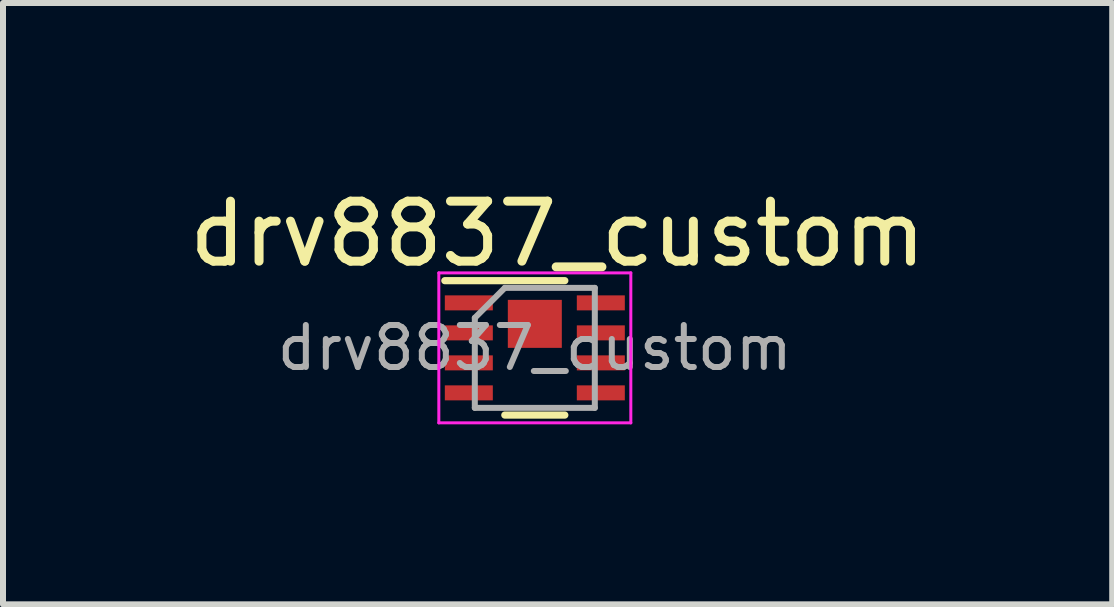
<source format=kicad_pcb>
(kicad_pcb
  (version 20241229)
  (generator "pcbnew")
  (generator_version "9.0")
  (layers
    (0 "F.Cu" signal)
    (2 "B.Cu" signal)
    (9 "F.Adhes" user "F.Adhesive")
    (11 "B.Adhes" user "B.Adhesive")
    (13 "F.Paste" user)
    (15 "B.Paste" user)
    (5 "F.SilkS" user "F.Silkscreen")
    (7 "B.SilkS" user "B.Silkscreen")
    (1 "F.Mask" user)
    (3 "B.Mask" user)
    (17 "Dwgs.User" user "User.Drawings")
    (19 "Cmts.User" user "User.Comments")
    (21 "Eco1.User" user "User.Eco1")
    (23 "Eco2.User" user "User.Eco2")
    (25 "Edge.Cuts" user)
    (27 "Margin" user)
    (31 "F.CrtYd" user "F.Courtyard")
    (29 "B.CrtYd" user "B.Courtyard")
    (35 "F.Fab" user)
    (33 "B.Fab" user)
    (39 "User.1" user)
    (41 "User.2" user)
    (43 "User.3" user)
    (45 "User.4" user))
  (footprint "drv8837_custom"
    (layer "F.Cu")
    (at 5.864 2.748)
    (property "Reference" "drv8837_custom" (at 0.38 -1.9 0) (layer "F.SilkS") (effects (font (size 1 1) (thickness 0.15))))
    (attr smd)
    (fp_line (start -1.5 -1.12) (end 0.5 -1.12) (stroke (width 0.12) (type solid)) (layer "F.SilkS"))
    (fp_line (start 0.5 1.12) (end -0.5 1.12) (stroke (width 0.12) (type solid)) (layer "F.SilkS"))
    (fp_line (start -1.6 -1.25) (end -1.6 1.25) (stroke (width 0.05) (type solid)) (layer "F.CrtYd"))
    (fp_line (start -1.6 -1.25) (end 1.6 -1.25) (stroke (width 0.05) (type solid)) (layer "F.CrtYd"))
    (fp_line (start -1.6 1.25) (end 1.6 1.25) (stroke (width 0.05) (type solid)) (layer "F.CrtYd"))
    (fp_line (start 1.6 -1.25) (end 1.6 1.25) (stroke (width 0.05) (type solid)) (layer "F.CrtYd"))
    (fp_line (start -1 1) (end -1 -0.5) (stroke (width 0.1) (type solid)) (layer "F.Fab"))
    (fp_line (start -0.5 -1) (end -1 -0.5) (stroke (width 0.1) (type solid)) (layer "F.Fab"))
    (fp_line (start -0.5 -1) (end 1 -1) (stroke (width 0.1) (type solid)) (layer "F.Fab"))
    (fp_line (start 1 -1) (end 1 1) (stroke (width 0.1) (type solid)) (layer "F.Fab"))
    (fp_line (start 1 1) (end -1 1) (stroke (width 0.1) (type solid)) (layer "F.Fab"))
    (fp_text user "${REFERENCE}" (at 0 0 0) (layer "F.Fab") (effects (font (size 0.7 0.7) (thickness 0.1))))
    (pad "" smd rect (at 0 -0.4) (size 0.75 0.65) (layers "F.Paste"))
    (pad "1" smd rect (at -1.1 -0.75) (size 0.8 0.25) (layers "F.Cu" "F.Mask" "F.Paste"))
    (pad "2" smd rect (at -1.1 -0.25) (size 0.8 0.25) (layers "F.Cu" "F.Mask" "F.Paste"))
    (pad "3" smd rect (at -1.1 0.25) (size 0.8 0.25) (layers "F.Cu" "F.Mask" "F.Paste"))
    (pad "4" smd rect (at -1.1 0.75) (size 0.8 0.25) (layers "F.Cu" "F.Mask" "F.Paste"))
    (pad "5" smd rect (at 1.1 0.75) (size 0.8 0.25) (layers "F.Cu" "F.Mask" "F.Paste"))
    (pad "6" smd rect (at 1.1 0.25) (size 0.8 0.25) (layers "F.Cu" "F.Mask" "F.Paste"))
    (pad "7" smd rect (at 1.1 -0.25) (size 0.8 0.25) (layers "F.Cu" "F.Mask" "F.Paste"))
    (pad "8" smd rect (at 1.1 -0.75) (size 0.8 0.25) (layers "F.Cu" "F.Mask" "F.Paste"))
    (pad "9" smd rect (at 0 -0.4) (size 0.9 0.8) (layers "F.Cu" "F.Mask")))
  (gr_rect
    (start -3 -3)
    (end 15.488 7.023)
    (stroke (width 0.1) (type default))
    (fill no)
    (layer "Edge.Cuts")))
</source>
